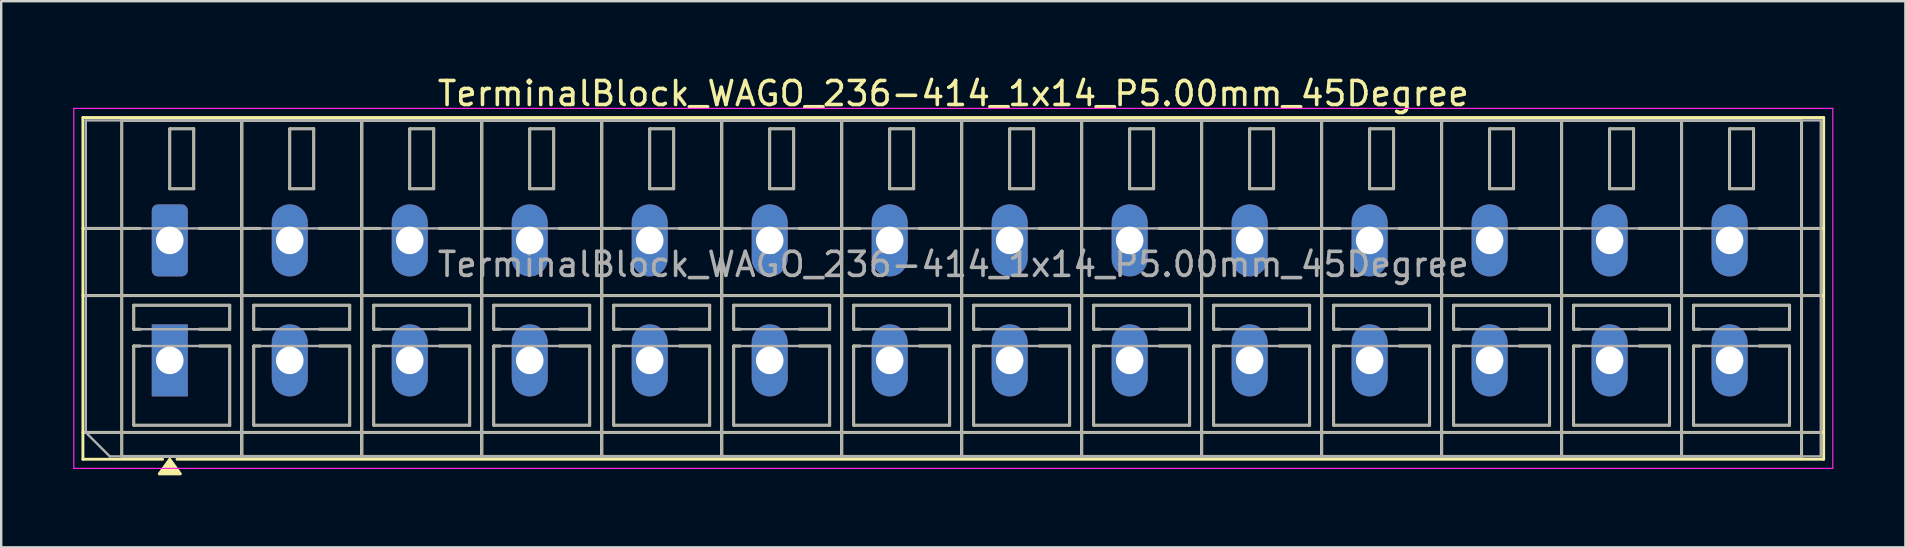
<source format=kicad_pcb>
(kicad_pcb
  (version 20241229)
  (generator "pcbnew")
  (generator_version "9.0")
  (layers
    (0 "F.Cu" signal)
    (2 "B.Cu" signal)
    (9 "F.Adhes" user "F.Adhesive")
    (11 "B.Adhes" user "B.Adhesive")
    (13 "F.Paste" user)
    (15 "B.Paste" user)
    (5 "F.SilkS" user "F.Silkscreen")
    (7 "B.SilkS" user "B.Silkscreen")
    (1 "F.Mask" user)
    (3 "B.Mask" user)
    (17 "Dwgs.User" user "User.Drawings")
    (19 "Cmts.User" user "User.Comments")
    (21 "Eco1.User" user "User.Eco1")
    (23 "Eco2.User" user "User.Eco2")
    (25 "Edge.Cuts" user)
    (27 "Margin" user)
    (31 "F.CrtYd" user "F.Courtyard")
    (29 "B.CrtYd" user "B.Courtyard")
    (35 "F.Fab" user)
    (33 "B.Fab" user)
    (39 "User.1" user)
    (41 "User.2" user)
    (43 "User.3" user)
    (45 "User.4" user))
  (footprint "TerminalBlock_WAGO_236-414_1x14_P5.00mm_45Degree"
    (layer "F.Cu")
    (at 4.025 6.968)
    (property "Reference" "TerminalBlock_WAGO_236-414_1x14_P5.00mm_45Degree" (at 32.65 -6.12 0) (layer "F.SilkS") (effects (font (size 1 1) (thickness 0.15))))
    (attr through_hole)
    (fp_line (start -3.62 -5.12) (end -3.62 9.12) (stroke (width 0.12) (type solid)) (layer "F.SilkS"))
    (fp_line (start -3.62 -5.12) (end 68.92 -5.12) (stroke (width 0.12) (type solid)) (layer "F.SilkS"))
    (fp_line (start -3.62 -0.5) (end -1.23 -0.5) (stroke (width 0.12) (type solid)) (layer "F.SilkS"))
    (fp_line (start -3.62 2.3) (end 68.92 2.3) (stroke (width 0.12) (type solid)) (layer "F.SilkS"))
    (fp_line (start -3.62 8) (end 68.92 8) (stroke (width 0.12) (type solid)) (layer "F.SilkS"))
    (fp_line (start -3.62 9.12) (end -0.3 9.12) (stroke (width 0.12) (type solid)) (layer "F.SilkS"))
    (fp_line (start -2 -5) (end -2 9) (stroke (width 0.12) (type solid)) (layer "F.SilkS"))
    (fp_line (start -2 -5) (end 3 -5) (stroke (width 0.12) (type solid)) (layer "F.SilkS"))
    (fp_line (start -2 9) (end 3 9) (stroke (width 0.12) (type solid)) (layer "F.SilkS"))
    (fp_line (start -1.5 2.7) (end -1.5 3.7) (stroke (width 0.12) (type solid)) (layer "F.SilkS"))
    (fp_line (start -1.5 2.7) (end 2.5 2.7) (stroke (width 0.12) (type solid)) (layer "F.SilkS"))
    (fp_line (start -1.5 3.7) (end -1.23 3.7) (stroke (width 0.12) (type solid)) (layer "F.SilkS"))
    (fp_line (start -1.5 4.4) (end -1.5 7.7) (stroke (width 0.12) (type solid)) (layer "F.SilkS"))
    (fp_line (start -1.5 4.4) (end -1.23 4.4) (stroke (width 0.12) (type solid)) (layer "F.SilkS"))
    (fp_line (start -1.5 7.7) (end 2.5 7.7) (stroke (width 0.12) (type solid)) (layer "F.SilkS"))
    (fp_line (start 0 -4.65) (end 0 -2.15) (stroke (width 0.12) (type solid)) (layer "F.SilkS"))
    (fp_line (start 0 -4.65) (end 1 -4.65) (stroke (width 0.12) (type solid)) (layer "F.SilkS"))
    (fp_line (start 0 -2.15) (end 1 -2.15) (stroke (width 0.12) (type solid)) (layer "F.SilkS"))
    (fp_line (start 0.3 9.12) (end 68.92 9.12) (stroke (width 0.12) (type solid)) (layer "F.SilkS"))
    (fp_line (start 1 -4.65) (end 1 -2.15) (stroke (width 0.12) (type solid)) (layer "F.SilkS"))
    (fp_line (start 1.23 -0.5) (end 3.77 -0.5) (stroke (width 0.12) (type solid)) (layer "F.SilkS"))
    (fp_line (start 1.23 3.7) (end 2.5 3.7) (stroke (width 0.12) (type solid)) (layer "F.SilkS"))
    (fp_line (start 1.23 4.4) (end 2.5 4.4) (stroke (width 0.12) (type solid)) (layer "F.SilkS"))
    (fp_line (start 2.5 2.7) (end 2.5 3.7) (stroke (width 0.12) (type solid)) (layer "F.SilkS"))
    (fp_line (start 2.5 4.4) (end 2.5 7.7) (stroke (width 0.12) (type solid)) (layer "F.SilkS"))
    (fp_line (start 3 -5) (end 3 9) (stroke (width 0.12) (type solid)) (layer "F.SilkS"))
    (fp_line (start 3 -5) (end 3 9) (stroke (width 0.12) (type solid)) (layer "F.SilkS"))
    (fp_line (start 3 -5) (end 8 -5) (stroke (width 0.12) (type solid)) (layer "F.SilkS"))
    (fp_line (start 3 9) (end 8 9) (stroke (width 0.12) (type solid)) (layer "F.SilkS"))
    (fp_line (start 3.5 2.7) (end 3.5 3.7) (stroke (width 0.12) (type solid)) (layer "F.SilkS"))
    (fp_line (start 3.5 2.7) (end 7.5 2.7) (stroke (width 0.12) (type solid)) (layer "F.SilkS"))
    (fp_line (start 3.5 3.7) (end 3.77 3.7) (stroke (width 0.12) (type solid)) (layer "F.SilkS"))
    (fp_line (start 3.5 4.4) (end 3.5 7.7) (stroke (width 0.12) (type solid)) (layer "F.SilkS"))
    (fp_line (start 3.5 4.4) (end 3.77 4.4) (stroke (width 0.12) (type solid)) (layer "F.SilkS"))
    (fp_line (start 3.5 7.7) (end 7.5 7.7) (stroke (width 0.12) (type solid)) (layer "F.SilkS"))
    (fp_line (start 5 -4.65) (end 5 -2.15) (stroke (width 0.12) (type solid)) (layer "F.SilkS"))
    (fp_line (start 5 -4.65) (end 6 -4.65) (stroke (width 0.12) (type solid)) (layer "F.SilkS"))
    (fp_line (start 5 -2.15) (end 6 -2.15) (stroke (width 0.12) (type solid)) (layer "F.SilkS"))
    (fp_line (start 6 -4.65) (end 6 -2.15) (stroke (width 0.12) (type solid)) (layer "F.SilkS"))
    (fp_line (start 6.23 -0.5) (end 8.77 -0.5) (stroke (width 0.12) (type solid)) (layer "F.SilkS"))
    (fp_line (start 6.23 3.7) (end 7.5 3.7) (stroke (width 0.12) (type solid)) (layer "F.SilkS"))
    (fp_line (start 6.23 4.4) (end 7.5 4.4) (stroke (width 0.12) (type solid)) (layer "F.SilkS"))
    (fp_line (start 7.5 2.7) (end 7.5 3.7) (stroke (width 0.12) (type solid)) (layer "F.SilkS"))
    (fp_line (start 7.5 4.4) (end 7.5 7.7) (stroke (width 0.12) (type solid)) (layer "F.SilkS"))
    (fp_line (start 8 -5) (end 8 9) (stroke (width 0.12) (type solid)) (layer "F.SilkS"))
    (fp_line (start 8 -5) (end 8 9) (stroke (width 0.12) (type solid)) (layer "F.SilkS"))
    (fp_line (start 8 -5) (end 13 -5) (stroke (width 0.12) (type solid)) (layer "F.SilkS"))
    (fp_line (start 8 9) (end 13 9) (stroke (width 0.12) (type solid)) (layer "F.SilkS"))
    (fp_line (start 8.5 2.7) (end 8.5 3.7) (stroke (width 0.12) (type solid)) (layer "F.SilkS"))
    (fp_line (start 8.5 2.7) (end 12.5 2.7) (stroke (width 0.12) (type solid)) (layer "F.SilkS"))
    (fp_line (start 8.5 3.7) (end 8.77 3.7) (stroke (width 0.12) (type solid)) (layer "F.SilkS"))
    (fp_line (start 8.5 4.4) (end 8.5 7.7) (stroke (width 0.12) (type solid)) (layer "F.SilkS"))
    (fp_line (start 8.5 4.4) (end 8.77 4.4) (stroke (width 0.12) (type solid)) (layer "F.SilkS"))
    (fp_line (start 8.5 7.7) (end 12.5 7.7) (stroke (width 0.12) (type solid)) (layer "F.SilkS"))
    (fp_line (start 10 -4.65) (end 10 -2.15) (stroke (width 0.12) (type solid)) (layer "F.SilkS"))
    (fp_line (start 10 -4.65) (end 11 -4.65) (stroke (width 0.12) (type solid)) (layer "F.SilkS"))
    (fp_line (start 10 -2.15) (end 11 -2.15) (stroke (width 0.12) (type solid)) (layer "F.SilkS"))
    (fp_line (start 11 -4.65) (end 11 -2.15) (stroke (width 0.12) (type solid)) (layer "F.SilkS"))
    (fp_line (start 11.23 -0.5) (end 13.77 -0.5) (stroke (width 0.12) (type solid)) (layer "F.SilkS"))
    (fp_line (start 11.23 3.7) (end 12.5 3.7) (stroke (width 0.12) (type solid)) (layer "F.SilkS"))
    (fp_line (start 11.23 4.4) (end 12.5 4.4) (stroke (width 0.12) (type solid)) (layer "F.SilkS"))
    (fp_line (start 12.5 2.7) (end 12.5 3.7) (stroke (width 0.12) (type solid)) (layer "F.SilkS"))
    (fp_line (start 12.5 4.4) (end 12.5 7.7) (stroke (width 0.12) (type solid)) (layer "F.SilkS"))
    (fp_line (start 13 -5) (end 13 9) (stroke (width 0.12) (type solid)) (layer "F.SilkS"))
    (fp_line (start 13 -5) (end 13 9) (stroke (width 0.12) (type solid)) (layer "F.SilkS"))
    (fp_line (start 13 -5) (end 18 -5) (stroke (width 0.12) (type solid)) (layer "F.SilkS"))
    (fp_line (start 13 9) (end 18 9) (stroke (width 0.12) (type solid)) (layer "F.SilkS"))
    (fp_line (start 13.5 2.7) (end 13.5 3.7) (stroke (width 0.12) (type solid)) (layer "F.SilkS"))
    (fp_line (start 13.5 2.7) (end 17.5 2.7) (stroke (width 0.12) (type solid)) (layer "F.SilkS"))
    (fp_line (start 13.5 3.7) (end 13.77 3.7) (stroke (width 0.12) (type solid)) (layer "F.SilkS"))
    (fp_line (start 13.5 4.4) (end 13.5 7.7) (stroke (width 0.12) (type solid)) (layer "F.SilkS"))
    (fp_line (start 13.5 4.4) (end 13.77 4.4) (stroke (width 0.12) (type solid)) (layer "F.SilkS"))
    (fp_line (start 13.5 7.7) (end 17.5 7.7) (stroke (width 0.12) (type solid)) (layer "F.SilkS"))
    (fp_line (start 15 -4.65) (end 15 -2.15) (stroke (width 0.12) (type solid)) (layer "F.SilkS"))
    (fp_line (start 15 -4.65) (end 16 -4.65) (stroke (width 0.12) (type solid)) (layer "F.SilkS"))
    (fp_line (start 15 -2.15) (end 16 -2.15) (stroke (width 0.12) (type solid)) (layer "F.SilkS"))
    (fp_line (start 16 -4.65) (end 16 -2.15) (stroke (width 0.12) (type solid)) (layer "F.SilkS"))
    (fp_line (start 16.23 -0.5) (end 18.77 -0.5) (stroke (width 0.12) (type solid)) (layer "F.SilkS"))
    (fp_line (start 16.23 3.7) (end 17.5 3.7) (stroke (width 0.12) (type solid)) (layer "F.SilkS"))
    (fp_line (start 16.23 4.4) (end 17.5 4.4) (stroke (width 0.12) (type solid)) (layer "F.SilkS"))
    (fp_line (start 17.5 2.7) (end 17.5 3.7) (stroke (width 0.12) (type solid)) (layer "F.SilkS"))
    (fp_line (start 17.5 4.4) (end 17.5 7.7) (stroke (width 0.12) (type solid)) (layer "F.SilkS"))
    (fp_line (start 18 -5) (end 18 9) (stroke (width 0.12) (type solid)) (layer "F.SilkS"))
    (fp_line (start 18 -5) (end 18 9) (stroke (width 0.12) (type solid)) (layer "F.SilkS"))
    (fp_line (start 18 -5) (end 23 -5) (stroke (width 0.12) (type solid)) (layer "F.SilkS"))
    (fp_line (start 18 9) (end 23 9) (stroke (width 0.12) (type solid)) (layer "F.SilkS"))
    (fp_line (start 18.5 2.7) (end 18.5 3.7) (stroke (width 0.12) (type solid)) (layer "F.SilkS"))
    (fp_line (start 18.5 2.7) (end 22.5 2.7) (stroke (width 0.12) (type solid)) (layer "F.SilkS"))
    (fp_line (start 18.5 3.7) (end 18.77 3.7) (stroke (width 0.12) (type solid)) (layer "F.SilkS"))
    (fp_line (start 18.5 4.4) (end 18.5 7.7) (stroke (width 0.12) (type solid)) (layer "F.SilkS"))
    (fp_line (start 18.5 4.4) (end 18.77 4.4) (stroke (width 0.12) (type solid)) (layer "F.SilkS"))
    (fp_line (start 18.5 7.7) (end 22.5 7.7) (stroke (width 0.12) (type solid)) (layer "F.SilkS"))
    (fp_line (start 20 -4.65) (end 20 -2.15) (stroke (width 0.12) (type solid)) (layer "F.SilkS"))
    (fp_line (start 20 -4.65) (end 21 -4.65) (stroke (width 0.12) (type solid)) (layer "F.SilkS"))
    (fp_line (start 20 -2.15) (end 21 -2.15) (stroke (width 0.12) (type solid)) (layer "F.SilkS"))
    (fp_line (start 21 -4.65) (end 21 -2.15) (stroke (width 0.12) (type solid)) (layer "F.SilkS"))
    (fp_line (start 21.23 -0.5) (end 23.77 -0.5) (stroke (width 0.12) (type solid)) (layer "F.SilkS"))
    (fp_line (start 21.23 3.7) (end 22.5 3.7) (stroke (width 0.12) (type solid)) (layer "F.SilkS"))
    (fp_line (start 21.23 4.4) (end 22.5 4.4) (stroke (width 0.12) (type solid)) (layer "F.SilkS"))
    (fp_line (start 22.5 2.7) (end 22.5 3.7) (stroke (width 0.12) (type solid)) (layer "F.SilkS"))
    (fp_line (start 22.5 4.4) (end 22.5 7.7) (stroke (width 0.12) (type solid)) (layer "F.SilkS"))
    (fp_line (start 23 -5) (end 23 9) (stroke (width 0.12) (type solid)) (layer "F.SilkS"))
    (fp_line (start 23 -5) (end 23 9) (stroke (width 0.12) (type solid)) (layer "F.SilkS"))
    (fp_line (start 23 -5) (end 28 -5) (stroke (width 0.12) (type solid)) (layer "F.SilkS"))
    (fp_line (start 23 9) (end 28 9) (stroke (width 0.12) (type solid)) (layer "F.SilkS"))
    (fp_line (start 23.5 2.7) (end 23.5 3.7) (stroke (width 0.12) (type solid)) (layer "F.SilkS"))
    (fp_line (start 23.5 2.7) (end 27.5 2.7) (stroke (width 0.12) (type solid)) (layer "F.SilkS"))
    (fp_line (start 23.5 3.7) (end 23.77 3.7) (stroke (width 0.12) (type solid)) (layer "F.SilkS"))
    (fp_line (start 23.5 4.4) (end 23.5 7.7) (stroke (width 0.12) (type solid)) (layer "F.SilkS"))
    (fp_line (start 23.5 4.4) (end 23.77 4.4) (stroke (width 0.12) (type solid)) (layer "F.SilkS"))
    (fp_line (start 23.5 7.7) (end 27.5 7.7) (stroke (width 0.12) (type solid)) (layer "F.SilkS"))
    (fp_line (start 25 -4.65) (end 25 -2.15) (stroke (width 0.12) (type solid)) (layer "F.SilkS"))
    (fp_line (start 25 -4.65) (end 26 -4.65) (stroke (width 0.12) (type solid)) (layer "F.SilkS"))
    (fp_line (start 25 -2.15) (end 26 -2.15) (stroke (width 0.12) (type solid)) (layer "F.SilkS"))
    (fp_line (start 26 -4.65) (end 26 -2.15) (stroke (width 0.12) (type solid)) (layer "F.SilkS"))
    (fp_line (start 26.23 -0.5) (end 28.77 -0.5) (stroke (width 0.12) (type solid)) (layer "F.SilkS"))
    (fp_line (start 26.23 3.7) (end 27.5 3.7) (stroke (width 0.12) (type solid)) (layer "F.SilkS"))
    (fp_line (start 26.23 4.4) (end 27.5 4.4) (stroke (width 0.12) (type solid)) (layer "F.SilkS"))
    (fp_line (start 27.5 2.7) (end 27.5 3.7) (stroke (width 0.12) (type solid)) (layer "F.SilkS"))
    (fp_line (start 27.5 4.4) (end 27.5 7.7) (stroke (width 0.12) (type solid)) (layer "F.SilkS"))
    (fp_line (start 28 -5) (end 28 9) (stroke (width 0.12) (type solid)) (layer "F.SilkS"))
    (fp_line (start 28 -5) (end 28 9) (stroke (width 0.12) (type solid)) (layer "F.SilkS"))
    (fp_line (start 28 -5) (end 33 -5) (stroke (width 0.12) (type solid)) (layer "F.SilkS"))
    (fp_line (start 28 9) (end 33 9) (stroke (width 0.12) (type solid)) (layer "F.SilkS"))
    (fp_line (start 28.5 2.7) (end 28.5 3.7) (stroke (width 0.12) (type solid)) (layer "F.SilkS"))
    (fp_line (start 28.5 2.7) (end 32.5 2.7) (stroke (width 0.12) (type solid)) (layer "F.SilkS"))
    (fp_line (start 28.5 3.7) (end 28.77 3.7) (stroke (width 0.12) (type solid)) (layer "F.SilkS"))
    (fp_line (start 28.5 4.4) (end 28.5 7.7) (stroke (width 0.12) (type solid)) (layer "F.SilkS"))
    (fp_line (start 28.5 4.4) (end 28.77 4.4) (stroke (width 0.12) (type solid)) (layer "F.SilkS"))
    (fp_line (start 28.5 7.7) (end 32.5 7.7) (stroke (width 0.12) (type solid)) (layer "F.SilkS"))
    (fp_line (start 30 -4.65) (end 30 -2.15) (stroke (width 0.12) (type solid)) (layer "F.SilkS"))
    (fp_line (start 30 -4.65) (end 31 -4.65) (stroke (width 0.12) (type solid)) (layer "F.SilkS"))
    (fp_line (start 30 -2.15) (end 31 -2.15) (stroke (width 0.12) (type solid)) (layer "F.SilkS"))
    (fp_line (start 31 -4.65) (end 31 -2.15) (stroke (width 0.12) (type solid)) (layer "F.SilkS"))
    (fp_line (start 31.23 -0.5) (end 33.77 -0.5) (stroke (width 0.12) (type solid)) (layer "F.SilkS"))
    (fp_line (start 31.23 3.7) (end 32.5 3.7) (stroke (width 0.12) (type solid)) (layer "F.SilkS"))
    (fp_line (start 31.23 4.4) (end 32.5 4.4) (stroke (width 0.12) (type solid)) (layer "F.SilkS"))
    (fp_line (start 32.5 2.7) (end 32.5 3.7) (stroke (width 0.12) (type solid)) (layer "F.SilkS"))
    (fp_line (start 32.5 4.4) (end 32.5 7.7) (stroke (width 0.12) (type solid)) (layer "F.SilkS"))
    (fp_line (start 33 -5) (end 33 9) (stroke (width 0.12) (type solid)) (layer "F.SilkS"))
    (fp_line (start 33 -5) (end 33 9) (stroke (width 0.12) (type solid)) (layer "F.SilkS"))
    (fp_line (start 33 -5) (end 38 -5) (stroke (width 0.12) (type solid)) (layer "F.SilkS"))
    (fp_line (start 33 9) (end 38 9) (stroke (width 0.12) (type solid)) (layer "F.SilkS"))
    (fp_line (start 33.5 2.7) (end 33.5 3.7) (stroke (width 0.12) (type solid)) (layer "F.SilkS"))
    (fp_line (start 33.5 2.7) (end 37.5 2.7) (stroke (width 0.12) (type solid)) (layer "F.SilkS"))
    (fp_line (start 33.5 3.7) (end 33.77 3.7) (stroke (width 0.12) (type solid)) (layer "F.SilkS"))
    (fp_line (start 33.5 4.4) (end 33.5 7.7) (stroke (width 0.12) (type solid)) (layer "F.SilkS"))
    (fp_line (start 33.5 4.4) (end 33.77 4.4) (stroke (width 0.12) (type solid)) (layer "F.SilkS"))
    (fp_line (start 33.5 7.7) (end 37.5 7.7) (stroke (width 0.12) (type solid)) (layer "F.SilkS"))
    (fp_line (start 35 -4.65) (end 35 -2.15) (stroke (width 0.12) (type solid)) (layer "F.SilkS"))
    (fp_line (start 35 -4.65) (end 36 -4.65) (stroke (width 0.12) (type solid)) (layer "F.SilkS"))
    (fp_line (start 35 -2.15) (end 36 -2.15) (stroke (width 0.12) (type solid)) (layer "F.SilkS"))
    (fp_line (start 36 -4.65) (end 36 -2.15) (stroke (width 0.12) (type solid)) (layer "F.SilkS"))
    (fp_line (start 36.23 -0.5) (end 38.77 -0.5) (stroke (width 0.12) (type solid)) (layer "F.SilkS"))
    (fp_line (start 36.23 3.7) (end 37.5 3.7) (stroke (width 0.12) (type solid)) (layer "F.SilkS"))
    (fp_line (start 36.23 4.4) (end 37.5 4.4) (stroke (width 0.12) (type solid)) (layer "F.SilkS"))
    (fp_line (start 37.5 2.7) (end 37.5 3.7) (stroke (width 0.12) (type solid)) (layer "F.SilkS"))
    (fp_line (start 37.5 4.4) (end 37.5 7.7) (stroke (width 0.12) (type solid)) (layer "F.SilkS"))
    (fp_line (start 38 -5) (end 38 9) (stroke (width 0.12) (type solid)) (layer "F.SilkS"))
    (fp_line (start 38 -5) (end 38 9) (stroke (width 0.12) (type solid)) (layer "F.SilkS"))
    (fp_line (start 38 -5) (end 43 -5) (stroke (width 0.12) (type solid)) (layer "F.SilkS"))
    (fp_line (start 38 9) (end 43 9) (stroke (width 0.12) (type solid)) (layer "F.SilkS"))
    (fp_line (start 38.5 2.7) (end 38.5 3.7) (stroke (width 0.12) (type solid)) (layer "F.SilkS"))
    (fp_line (start 38.5 2.7) (end 42.5 2.7) (stroke (width 0.12) (type solid)) (layer "F.SilkS"))
    (fp_line (start 38.5 3.7) (end 38.77 3.7) (stroke (width 0.12) (type solid)) (layer "F.SilkS"))
    (fp_line (start 38.5 4.4) (end 38.5 7.7) (stroke (width 0.12) (type solid)) (layer "F.SilkS"))
    (fp_line (start 38.5 4.4) (end 38.77 4.4) (stroke (width 0.12) (type solid)) (layer "F.SilkS"))
    (fp_line (start 38.5 7.7) (end 42.5 7.7) (stroke (width 0.12) (type solid)) (layer "F.SilkS"))
    (fp_line (start 40 -4.65) (end 40 -2.15) (stroke (width 0.12) (type solid)) (layer "F.SilkS"))
    (fp_line (start 40 -4.65) (end 41 -4.65) (stroke (width 0.12) (type solid)) (layer "F.SilkS"))
    (fp_line (start 40 -2.15) (end 41 -2.15) (stroke (width 0.12) (type solid)) (layer "F.SilkS"))
    (fp_line (start 41 -4.65) (end 41 -2.15) (stroke (width 0.12) (type solid)) (layer "F.SilkS"))
    (fp_line (start 41.23 -0.5) (end 43.77 -0.5) (stroke (width 0.12) (type solid)) (layer "F.SilkS"))
    (fp_line (start 41.23 3.7) (end 42.5 3.7) (stroke (width 0.12) (type solid)) (layer "F.SilkS"))
    (fp_line (start 41.23 4.4) (end 42.5 4.4) (stroke (width 0.12) (type solid)) (layer "F.SilkS"))
    (fp_line (start 42.5 2.7) (end 42.5 3.7) (stroke (width 0.12) (type solid)) (layer "F.SilkS"))
    (fp_line (start 42.5 4.4) (end 42.5 7.7) (stroke (width 0.12) (type solid)) (layer "F.SilkS"))
    (fp_line (start 43 -5) (end 43 9) (stroke (width 0.12) (type solid)) (layer "F.SilkS"))
    (fp_line (start 43 -5) (end 43 9) (stroke (width 0.12) (type solid)) (layer "F.SilkS"))
    (fp_line (start 43 -5) (end 48 -5) (stroke (width 0.12) (type solid)) (layer "F.SilkS"))
    (fp_line (start 43 9) (end 48 9) (stroke (width 0.12) (type solid)) (layer "F.SilkS"))
    (fp_line (start 43.5 2.7) (end 43.5 3.7) (stroke (width 0.12) (type solid)) (layer "F.SilkS"))
    (fp_line (start 43.5 2.7) (end 47.5 2.7) (stroke (width 0.12) (type solid)) (layer "F.SilkS"))
    (fp_line (start 43.5 3.7) (end 43.77 3.7) (stroke (width 0.12) (type solid)) (layer "F.SilkS"))
    (fp_line (start 43.5 4.4) (end 43.5 7.7) (stroke (width 0.12) (type solid)) (layer "F.SilkS"))
    (fp_line (start 43.5 4.4) (end 43.77 4.4) (stroke (width 0.12) (type solid)) (layer "F.SilkS"))
    (fp_line (start 43.5 7.7) (end 47.5 7.7) (stroke (width 0.12) (type solid)) (layer "F.SilkS"))
    (fp_line (start 45 -4.65) (end 45 -2.15) (stroke (width 0.12) (type solid)) (layer "F.SilkS"))
    (fp_line (start 45 -4.65) (end 46 -4.65) (stroke (width 0.12) (type solid)) (layer "F.SilkS"))
    (fp_line (start 45 -2.15) (end 46 -2.15) (stroke (width 0.12) (type solid)) (layer "F.SilkS"))
    (fp_line (start 46 -4.65) (end 46 -2.15) (stroke (width 0.12) (type solid)) (layer "F.SilkS"))
    (fp_line (start 46.23 -0.5) (end 48.77 -0.5) (stroke (width 0.12) (type solid)) (layer "F.SilkS"))
    (fp_line (start 46.23 3.7) (end 47.5 3.7) (stroke (width 0.12) (type solid)) (layer "F.SilkS"))
    (fp_line (start 46.23 4.4) (end 47.5 4.4) (stroke (width 0.12) (type solid)) (layer "F.SilkS"))
    (fp_line (start 47.5 2.7) (end 47.5 3.7) (stroke (width 0.12) (type solid)) (layer "F.SilkS"))
    (fp_line (start 47.5 4.4) (end 47.5 7.7) (stroke (width 0.12) (type solid)) (layer "F.SilkS"))
    (fp_line (start 48 -5) (end 48 9) (stroke (width 0.12) (type solid)) (layer "F.SilkS"))
    (fp_line (start 48 -5) (end 48 9) (stroke (width 0.12) (type solid)) (layer "F.SilkS"))
    (fp_line (start 48 -5) (end 53 -5) (stroke (width 0.12) (type solid)) (layer "F.SilkS"))
    (fp_line (start 48 9) (end 53 9) (stroke (width 0.12) (type solid)) (layer "F.SilkS"))
    (fp_line (start 48.5 2.7) (end 48.5 3.7) (stroke (width 0.12) (type solid)) (layer "F.SilkS"))
    (fp_line (start 48.5 2.7) (end 52.5 2.7) (stroke (width 0.12) (type solid)) (layer "F.SilkS"))
    (fp_line (start 48.5 3.7) (end 48.77 3.7) (stroke (width 0.12) (type solid)) (layer "F.SilkS"))
    (fp_line (start 48.5 4.4) (end 48.5 7.7) (stroke (width 0.12) (type solid)) (layer "F.SilkS"))
    (fp_line (start 48.5 4.4) (end 48.77 4.4) (stroke (width 0.12) (type solid)) (layer "F.SilkS"))
    (fp_line (start 48.5 7.7) (end 52.5 7.7) (stroke (width 0.12) (type solid)) (layer "F.SilkS"))
    (fp_line (start 50 -4.65) (end 50 -2.15) (stroke (width 0.12) (type solid)) (layer "F.SilkS"))
    (fp_line (start 50 -4.65) (end 51 -4.65) (stroke (width 0.12) (type solid)) (layer "F.SilkS"))
    (fp_line (start 50 -2.15) (end 51 -2.15) (stroke (width 0.12) (type solid)) (layer "F.SilkS"))
    (fp_line (start 51 -4.65) (end 51 -2.15) (stroke (width 0.12) (type solid)) (layer "F.SilkS"))
    (fp_line (start 51.23 -0.5) (end 53.77 -0.5) (stroke (width 0.12) (type solid)) (layer "F.SilkS"))
    (fp_line (start 51.23 3.7) (end 52.5 3.7) (stroke (width 0.12) (type solid)) (layer "F.SilkS"))
    (fp_line (start 51.23 4.4) (end 52.5 4.4) (stroke (width 0.12) (type solid)) (layer "F.SilkS"))
    (fp_line (start 52.5 2.7) (end 52.5 3.7) (stroke (width 0.12) (type solid)) (layer "F.SilkS"))
    (fp_line (start 52.5 4.4) (end 52.5 7.7) (stroke (width 0.12) (type solid)) (layer "F.SilkS"))
    (fp_line (start 53 -5) (end 53 9) (stroke (width 0.12) (type solid)) (layer "F.SilkS"))
    (fp_line (start 53 -5) (end 53 9) (stroke (width 0.12) (type solid)) (layer "F.SilkS"))
    (fp_line (start 53 -5) (end 58 -5) (stroke (width 0.12) (type solid)) (layer "F.SilkS"))
    (fp_line (start 53 9) (end 58 9) (stroke (width 0.12) (type solid)) (layer "F.SilkS"))
    (fp_line (start 53.5 2.7) (end 53.5 3.7) (stroke (width 0.12) (type solid)) (layer "F.SilkS"))
    (fp_line (start 53.5 2.7) (end 57.5 2.7) (stroke (width 0.12) (type solid)) (layer "F.SilkS"))
    (fp_line (start 53.5 3.7) (end 53.77 3.7) (stroke (width 0.12) (type solid)) (layer "F.SilkS"))
    (fp_line (start 53.5 4.4) (end 53.5 7.7) (stroke (width 0.12) (type solid)) (layer "F.SilkS"))
    (fp_line (start 53.5 4.4) (end 53.77 4.4) (stroke (width 0.12) (type solid)) (layer "F.SilkS"))
    (fp_line (start 53.5 7.7) (end 57.5 7.7) (stroke (width 0.12) (type solid)) (layer "F.SilkS"))
    (fp_line (start 55 -4.65) (end 55 -2.15) (stroke (width 0.12) (type solid)) (layer "F.SilkS"))
    (fp_line (start 55 -4.65) (end 56 -4.65) (stroke (width 0.12) (type solid)) (layer "F.SilkS"))
    (fp_line (start 55 -2.15) (end 56 -2.15) (stroke (width 0.12) (type solid)) (layer "F.SilkS"))
    (fp_line (start 56 -4.65) (end 56 -2.15) (stroke (width 0.12) (type solid)) (layer "F.SilkS"))
    (fp_line (start 56.23 -0.5) (end 58.77 -0.5) (stroke (width 0.12) (type solid)) (layer "F.SilkS"))
    (fp_line (start 56.23 3.7) (end 57.5 3.7) (stroke (width 0.12) (type solid)) (layer "F.SilkS"))
    (fp_line (start 56.23 4.4) (end 57.5 4.4) (stroke (width 0.12) (type solid)) (layer "F.SilkS"))
    (fp_line (start 57.5 2.7) (end 57.5 3.7) (stroke (width 0.12) (type solid)) (layer "F.SilkS"))
    (fp_line (start 57.5 4.4) (end 57.5 7.7) (stroke (width 0.12) (type solid)) (layer "F.SilkS"))
    (fp_line (start 58 -5) (end 58 9) (stroke (width 0.12) (type solid)) (layer "F.SilkS"))
    (fp_line (start 58 -5) (end 58 9) (stroke (width 0.12) (type solid)) (layer "F.SilkS"))
    (fp_line (start 58 -5) (end 63 -5) (stroke (width 0.12) (type solid)) (layer "F.SilkS"))
    (fp_line (start 58 9) (end 63 9) (stroke (width 0.12) (type solid)) (layer "F.SilkS"))
    (fp_line (start 58.5 2.7) (end 58.5 3.7) (stroke (width 0.12) (type solid)) (layer "F.SilkS"))
    (fp_line (start 58.5 2.7) (end 62.5 2.7) (stroke (width 0.12) (type solid)) (layer "F.SilkS"))
    (fp_line (start 58.5 3.7) (end 58.77 3.7) (stroke (width 0.12) (type solid)) (layer "F.SilkS"))
    (fp_line (start 58.5 4.4) (end 58.5 7.7) (stroke (width 0.12) (type solid)) (layer "F.SilkS"))
    (fp_line (start 58.5 4.4) (end 58.77 4.4) (stroke (width 0.12) (type solid)) (layer "F.SilkS"))
    (fp_line (start 58.5 7.7) (end 62.5 7.7) (stroke (width 0.12) (type solid)) (layer "F.SilkS"))
    (fp_line (start 60 -4.65) (end 60 -2.15) (stroke (width 0.12) (type solid)) (layer "F.SilkS"))
    (fp_line (start 60 -4.65) (end 61 -4.65) (stroke (width 0.12) (type solid)) (layer "F.SilkS"))
    (fp_line (start 60 -2.15) (end 61 -2.15) (stroke (width 0.12) (type solid)) (layer "F.SilkS"))
    (fp_line (start 61 -4.65) (end 61 -2.15) (stroke (width 0.12) (type solid)) (layer "F.SilkS"))
    (fp_line (start 61.23 -0.5) (end 63.77 -0.5) (stroke (width 0.12) (type solid)) (layer "F.SilkS"))
    (fp_line (start 61.23 3.7) (end 62.5 3.7) (stroke (width 0.12) (type solid)) (layer "F.SilkS"))
    (fp_line (start 61.23 4.4) (end 62.5 4.4) (stroke (width 0.12) (type solid)) (layer "F.SilkS"))
    (fp_line (start 62.5 2.7) (end 62.5 3.7) (stroke (width 0.12) (type solid)) (layer "F.SilkS"))
    (fp_line (start 62.5 4.4) (end 62.5 7.7) (stroke (width 0.12) (type solid)) (layer "F.SilkS"))
    (fp_line (start 63 -5) (end 63 9) (stroke (width 0.12) (type solid)) (layer "F.SilkS"))
    (fp_line (start 63 -5) (end 63 9) (stroke (width 0.12) (type solid)) (layer "F.SilkS"))
    (fp_line (start 63 -5) (end 68 -5) (stroke (width 0.12) (type solid)) (layer "F.SilkS"))
    (fp_line (start 63 9) (end 68 9) (stroke (width 0.12) (type solid)) (layer "F.SilkS"))
    (fp_line (start 63.5 2.7) (end 63.5 3.7) (stroke (width 0.12) (type solid)) (layer "F.SilkS"))
    (fp_line (start 63.5 2.7) (end 67.5 2.7) (stroke (width 0.12) (type solid)) (layer "F.SilkS"))
    (fp_line (start 63.5 3.7) (end 63.77 3.7) (stroke (width 0.12) (type solid)) (layer "F.SilkS"))
    (fp_line (start 63.5 4.4) (end 63.5 7.7) (stroke (width 0.12) (type solid)) (layer "F.SilkS"))
    (fp_line (start 63.5 4.4) (end 63.77 4.4) (stroke (width 0.12) (type solid)) (layer "F.SilkS"))
    (fp_line (start 63.5 7.7) (end 67.5 7.7) (stroke (width 0.12) (type solid)) (layer "F.SilkS"))
    (fp_line (start 65 -4.65) (end 65 -2.15) (stroke (width 0.12) (type solid)) (layer "F.SilkS"))
    (fp_line (start 65 -4.65) (end 66 -4.65) (stroke (width 0.12) (type solid)) (layer "F.SilkS"))
    (fp_line (start 65 -2.15) (end 66 -2.15) (stroke (width 0.12) (type solid)) (layer "F.SilkS"))
    (fp_line (start 66 -4.65) (end 66 -2.15) (stroke (width 0.12) (type solid)) (layer "F.SilkS"))
    (fp_line (start 66.23 -0.5) (end 68.92 -0.5) (stroke (width 0.12) (type solid)) (layer "F.SilkS"))
    (fp_line (start 66.23 3.7) (end 67.5 3.7) (stroke (width 0.12) (type solid)) (layer "F.SilkS"))
    (fp_line (start 66.23 4.4) (end 67.5 4.4) (stroke (width 0.12) (type solid)) (layer "F.SilkS"))
    (fp_line (start 67.5 2.7) (end 67.5 3.7) (stroke (width 0.12) (type solid)) (layer "F.SilkS"))
    (fp_line (start 67.5 4.4) (end 67.5 7.7) (stroke (width 0.12) (type solid)) (layer "F.SilkS"))
    (fp_line (start 68 -5) (end 68 9) (stroke (width 0.12) (type solid)) (layer "F.SilkS"))
    (fp_line (start 68.92 -5.12) (end 68.92 9.12) (stroke (width 0.12) (type solid)) (layer "F.SilkS"))
    (fp_poly (pts (xy 0 9.12) (xy 0.44 9.73) (xy -0.44 9.73)) (stroke (width 0.12) (type solid)) (fill yes) (layer "F.SilkS"))
    (fp_line (start -4 -5.5) (end -4 9.5) (stroke (width 0.05) (type solid)) (layer "F.CrtYd"))
    (fp_line (start -4 9.5) (end 69.3 9.5) (stroke (width 0.05) (type solid)) (layer "F.CrtYd"))
    (fp_line (start 69.3 -5.5) (end -4 -5.5) (stroke (width 0.05) (type solid)) (layer "F.CrtYd"))
    (fp_line (start 69.3 9.5) (end 69.3 -5.5) (stroke (width 0.05) (type solid)) (layer "F.CrtYd"))
    (fp_line (start -3.5 -5) (end 68.8 -5) (stroke (width 0.1) (type solid)) (layer "F.Fab"))
    (fp_line (start -3.5 -0.5) (end 68.8 -0.5) (stroke (width 0.1) (type solid)) (layer "F.Fab"))
    (fp_line (start -3.5 2.3) (end 68.8 2.3) (stroke (width 0.1) (type solid)) (layer "F.Fab"))
    (fp_line (start -3.5 8) (end -3.5 -5) (stroke (width 0.1) (type solid)) (layer "F.Fab"))
    (fp_line (start -3.5 8) (end 68.8 8) (stroke (width 0.1) (type solid)) (layer "F.Fab"))
    (fp_line (start -2.5 9) (end -3.5 8) (stroke (width 0.1) (type solid)) (layer "F.Fab"))
    (fp_line (start -2 -5) (end -2 9) (stroke (width 0.1) (type solid)) (layer "F.Fab"))
    (fp_line (start -2 9) (end 3 9) (stroke (width 0.1) (type solid)) (layer "F.Fab"))
    (fp_line (start -1.5 2.7) (end -1.5 3.7) (stroke (width 0.1) (type solid)) (layer "F.Fab"))
    (fp_line (start -1.5 3.7) (end 2.5 3.7) (stroke (width 0.1) (type solid)) (layer "F.Fab"))
    (fp_line (start -1.5 4.4) (end -1.5 7.7) (stroke (width 0.1) (type solid)) (layer "F.Fab"))
    (fp_line (start -1.5 7.7) (end 2.5 7.7) (stroke (width 0.1) (type solid)) (layer "F.Fab"))
    (fp_line (start 0 -4.65) (end 0 -2.15) (stroke (width 0.1) (type solid)) (layer "F.Fab"))
    (fp_line (start 0 -2.15) (end 1 -2.15) (stroke (width 0.1) (type solid)) (layer "F.Fab"))
    (fp_line (start 1 -4.65) (end 0 -4.65) (stroke (width 0.1) (type solid)) (layer "F.Fab"))
    (fp_line (start 1 -2.15) (end 1 -4.65) (stroke (width 0.1) (type solid)) (layer "F.Fab"))
    (fp_line (start 2.5 2.7) (end -1.5 2.7) (stroke (width 0.1) (type solid)) (layer "F.Fab"))
    (fp_line (start 2.5 3.7) (end 2.5 2.7) (stroke (width 0.1) (type solid)) (layer "F.Fab"))
    (fp_line (start 2.5 4.4) (end -1.5 4.4) (stroke (width 0.1) (type solid)) (layer "F.Fab"))
    (fp_line (start 2.5 7.7) (end 2.5 4.4) (stroke (width 0.1) (type solid)) (layer "F.Fab"))
    (fp_line (start 3 -5) (end -2 -5) (stroke (width 0.1) (type solid)) (layer "F.Fab"))
    (fp_line (start 3 -5) (end 3 9) (stroke (width 0.1) (type solid)) (layer "F.Fab"))
    (fp_line (start 3 9) (end 3 -5) (stroke (width 0.1) (type solid)) (layer "F.Fab"))
    (fp_line (start 3 9) (end 8 9) (stroke (width 0.1) (type solid)) (layer "F.Fab"))
    (fp_line (start 3.5 2.7) (end 3.5 3.7) (stroke (width 0.1) (type solid)) (layer "F.Fab"))
    (fp_line (start 3.5 3.7) (end 7.5 3.7) (stroke (width 0.1) (type solid)) (layer "F.Fab"))
    (fp_line (start 3.5 4.4) (end 3.5 7.7) (stroke (width 0.1) (type solid)) (layer "F.Fab"))
    (fp_line (start 3.5 7.7) (end 7.5 7.7) (stroke (width 0.1) (type solid)) (layer "F.Fab"))
    (fp_line (start 5 -4.65) (end 5 -2.15) (stroke (width 0.1) (type solid)) (layer "F.Fab"))
    (fp_line (start 5 -2.15) (end 6 -2.15) (stroke (width 0.1) (type solid)) (layer "F.Fab"))
    (fp_line (start 6 -4.65) (end 5 -4.65) (stroke (width 0.1) (type solid)) (layer "F.Fab"))
    (fp_line (start 6 -2.15) (end 6 -4.65) (stroke (width 0.1) (type solid)) (layer "F.Fab"))
    (fp_line (start 7.5 2.7) (end 3.5 2.7) (stroke (width 0.1) (type solid)) (layer "F.Fab"))
    (fp_line (start 7.5 3.7) (end 7.5 2.7) (stroke (width 0.1) (type solid)) (layer "F.Fab"))
    (fp_line (start 7.5 4.4) (end 3.5 4.4) (stroke (width 0.1) (type solid)) (layer "F.Fab"))
    (fp_line (start 7.5 7.7) (end 7.5 4.4) (stroke (width 0.1) (type solid)) (layer "F.Fab"))
    (fp_line (start 8 -5) (end 3 -5) (stroke (width 0.1) (type solid)) (layer "F.Fab"))
    (fp_line (start 8 -5) (end 8 9) (stroke (width 0.1) (type solid)) (layer "F.Fab"))
    (fp_line (start 8 9) (end 8 -5) (stroke (width 0.1) (type solid)) (layer "F.Fab"))
    (fp_line (start 8 9) (end 13 9) (stroke (width 0.1) (type solid)) (layer "F.Fab"))
    (fp_line (start 8.5 2.7) (end 8.5 3.7) (stroke (width 0.1) (type solid)) (layer "F.Fab"))
    (fp_line (start 8.5 3.7) (end 12.5 3.7) (stroke (width 0.1) (type solid)) (layer "F.Fab"))
    (fp_line (start 8.5 4.4) (end 8.5 7.7) (stroke (width 0.1) (type solid)) (layer "F.Fab"))
    (fp_line (start 8.5 7.7) (end 12.5 7.7) (stroke (width 0.1) (type solid)) (layer "F.Fab"))
    (fp_line (start 10 -4.65) (end 10 -2.15) (stroke (width 0.1) (type solid)) (layer "F.Fab"))
    (fp_line (start 10 -2.15) (end 11 -2.15) (stroke (width 0.1) (type solid)) (layer "F.Fab"))
    (fp_line (start 11 -4.65) (end 10 -4.65) (stroke (width 0.1) (type solid)) (layer "F.Fab"))
    (fp_line (start 11 -2.15) (end 11 -4.65) (stroke (width 0.1) (type solid)) (layer "F.Fab"))
    (fp_line (start 12.5 2.7) (end 8.5 2.7) (stroke (width 0.1) (type solid)) (layer "F.Fab"))
    (fp_line (start 12.5 3.7) (end 12.5 2.7) (stroke (width 0.1) (type solid)) (layer "F.Fab"))
    (fp_line (start 12.5 4.4) (end 8.5 4.4) (stroke (width 0.1) (type solid)) (layer "F.Fab"))
    (fp_line (start 12.5 7.7) (end 12.5 4.4) (stroke (width 0.1) (type solid)) (layer "F.Fab"))
    (fp_line (start 13 -5) (end 8 -5) (stroke (width 0.1) (type solid)) (layer "F.Fab"))
    (fp_line (start 13 -5) (end 13 9) (stroke (width 0.1) (type solid)) (layer "F.Fab"))
    (fp_line (start 13 9) (end 13 -5) (stroke (width 0.1) (type solid)) (layer "F.Fab"))
    (fp_line (start 13 9) (end 18 9) (stroke (width 0.1) (type solid)) (layer "F.Fab"))
    (fp_line (start 13.5 2.7) (end 13.5 3.7) (stroke (width 0.1) (type solid)) (layer "F.Fab"))
    (fp_line (start 13.5 3.7) (end 17.5 3.7) (stroke (width 0.1) (type solid)) (layer "F.Fab"))
    (fp_line (start 13.5 4.4) (end 13.5 7.7) (stroke (width 0.1) (type solid)) (layer "F.Fab"))
    (fp_line (start 13.5 7.7) (end 17.5 7.7) (stroke (width 0.1) (type solid)) (layer "F.Fab"))
    (fp_line (start 15 -4.65) (end 15 -2.15) (stroke (width 0.1) (type solid)) (layer "F.Fab"))
    (fp_line (start 15 -2.15) (end 16 -2.15) (stroke (width 0.1) (type solid)) (layer "F.Fab"))
    (fp_line (start 16 -4.65) (end 15 -4.65) (stroke (width 0.1) (type solid)) (layer "F.Fab"))
    (fp_line (start 16 -2.15) (end 16 -4.65) (stroke (width 0.1) (type solid)) (layer "F.Fab"))
    (fp_line (start 17.5 2.7) (end 13.5 2.7) (stroke (width 0.1) (type solid)) (layer "F.Fab"))
    (fp_line (start 17.5 3.7) (end 17.5 2.7) (stroke (width 0.1) (type solid)) (layer "F.Fab"))
    (fp_line (start 17.5 4.4) (end 13.5 4.4) (stroke (width 0.1) (type solid)) (layer "F.Fab"))
    (fp_line (start 17.5 7.7) (end 17.5 4.4) (stroke (width 0.1) (type solid)) (layer "F.Fab"))
    (fp_line (start 18 -5) (end 13 -5) (stroke (width 0.1) (type solid)) (layer "F.Fab"))
    (fp_line (start 18 -5) (end 18 9) (stroke (width 0.1) (type solid)) (layer "F.Fab"))
    (fp_line (start 18 9) (end 18 -5) (stroke (width 0.1) (type solid)) (layer "F.Fab"))
    (fp_line (start 18 9) (end 23 9) (stroke (width 0.1) (type solid)) (layer "F.Fab"))
    (fp_line (start 18.5 2.7) (end 18.5 3.7) (stroke (width 0.1) (type solid)) (layer "F.Fab"))
    (fp_line (start 18.5 3.7) (end 22.5 3.7) (stroke (width 0.1) (type solid)) (layer "F.Fab"))
    (fp_line (start 18.5 4.4) (end 18.5 7.7) (stroke (width 0.1) (type solid)) (layer "F.Fab"))
    (fp_line (start 18.5 7.7) (end 22.5 7.7) (stroke (width 0.1) (type solid)) (layer "F.Fab"))
    (fp_line (start 20 -4.65) (end 20 -2.15) (stroke (width 0.1) (type solid)) (layer "F.Fab"))
    (fp_line (start 20 -2.15) (end 21 -2.15) (stroke (width 0.1) (type solid)) (layer "F.Fab"))
    (fp_line (start 21 -4.65) (end 20 -4.65) (stroke (width 0.1) (type solid)) (layer "F.Fab"))
    (fp_line (start 21 -2.15) (end 21 -4.65) (stroke (width 0.1) (type solid)) (layer "F.Fab"))
    (fp_line (start 22.5 2.7) (end 18.5 2.7) (stroke (width 0.1) (type solid)) (layer "F.Fab"))
    (fp_line (start 22.5 3.7) (end 22.5 2.7) (stroke (width 0.1) (type solid)) (layer "F.Fab"))
    (fp_line (start 22.5 4.4) (end 18.5 4.4) (stroke (width 0.1) (type solid)) (layer "F.Fab"))
    (fp_line (start 22.5 7.7) (end 22.5 4.4) (stroke (width 0.1) (type solid)) (layer "F.Fab"))
    (fp_line (start 23 -5) (end 18 -5) (stroke (width 0.1) (type solid)) (layer "F.Fab"))
    (fp_line (start 23 -5) (end 23 9) (stroke (width 0.1) (type solid)) (layer "F.Fab"))
    (fp_line (start 23 9) (end 23 -5) (stroke (width 0.1) (type solid)) (layer "F.Fab"))
    (fp_line (start 23 9) (end 28 9) (stroke (width 0.1) (type solid)) (layer "F.Fab"))
    (fp_line (start 23.5 2.7) (end 23.5 3.7) (stroke (width 0.1) (type solid)) (layer "F.Fab"))
    (fp_line (start 23.5 3.7) (end 27.5 3.7) (stroke (width 0.1) (type solid)) (layer "F.Fab"))
    (fp_line (start 23.5 4.4) (end 23.5 7.7) (stroke (width 0.1) (type solid)) (layer "F.Fab"))
    (fp_line (start 23.5 7.7) (end 27.5 7.7) (stroke (width 0.1) (type solid)) (layer "F.Fab"))
    (fp_line (start 25 -4.65) (end 25 -2.15) (stroke (width 0.1) (type solid)) (layer "F.Fab"))
    (fp_line (start 25 -2.15) (end 26 -2.15) (stroke (width 0.1) (type solid)) (layer "F.Fab"))
    (fp_line (start 26 -4.65) (end 25 -4.65) (stroke (width 0.1) (type solid)) (layer "F.Fab"))
    (fp_line (start 26 -2.15) (end 26 -4.65) (stroke (width 0.1) (type solid)) (layer "F.Fab"))
    (fp_line (start 27.5 2.7) (end 23.5 2.7) (stroke (width 0.1) (type solid)) (layer "F.Fab"))
    (fp_line (start 27.5 3.7) (end 27.5 2.7) (stroke (width 0.1) (type solid)) (layer "F.Fab"))
    (fp_line (start 27.5 4.4) (end 23.5 4.4) (stroke (width 0.1) (type solid)) (layer "F.Fab"))
    (fp_line (start 27.5 7.7) (end 27.5 4.4) (stroke (width 0.1) (type solid)) (layer "F.Fab"))
    (fp_line (start 28 -5) (end 23 -5) (stroke (width 0.1) (type solid)) (layer "F.Fab"))
    (fp_line (start 28 -5) (end 28 9) (stroke (width 0.1) (type solid)) (layer "F.Fab"))
    (fp_line (start 28 9) (end 28 -5) (stroke (width 0.1) (type solid)) (layer "F.Fab"))
    (fp_line (start 28 9) (end 33 9) (stroke (width 0.1) (type solid)) (layer "F.Fab"))
    (fp_line (start 28.5 2.7) (end 28.5 3.7) (stroke (width 0.1) (type solid)) (layer "F.Fab"))
    (fp_line (start 28.5 3.7) (end 32.5 3.7) (stroke (width 0.1) (type solid)) (layer "F.Fab"))
    (fp_line (start 28.5 4.4) (end 28.5 7.7) (stroke (width 0.1) (type solid)) (layer "F.Fab"))
    (fp_line (start 28.5 7.7) (end 32.5 7.7) (stroke (width 0.1) (type solid)) (layer "F.Fab"))
    (fp_line (start 30 -4.65) (end 30 -2.15) (stroke (width 0.1) (type solid)) (layer "F.Fab"))
    (fp_line (start 30 -2.15) (end 31 -2.15) (stroke (width 0.1) (type solid)) (layer "F.Fab"))
    (fp_line (start 31 -4.65) (end 30 -4.65) (stroke (width 0.1) (type solid)) (layer "F.Fab"))
    (fp_line (start 31 -2.15) (end 31 -4.65) (stroke (width 0.1) (type solid)) (layer "F.Fab"))
    (fp_line (start 32.5 2.7) (end 28.5 2.7) (stroke (width 0.1) (type solid)) (layer "F.Fab"))
    (fp_line (start 32.5 3.7) (end 32.5 2.7) (stroke (width 0.1) (type solid)) (layer "F.Fab"))
    (fp_line (start 32.5 4.4) (end 28.5 4.4) (stroke (width 0.1) (type solid)) (layer "F.Fab"))
    (fp_line (start 32.5 7.7) (end 32.5 4.4) (stroke (width 0.1) (type solid)) (layer "F.Fab"))
    (fp_line (start 33 -5) (end 28 -5) (stroke (width 0.1) (type solid)) (layer "F.Fab"))
    (fp_line (start 33 -5) (end 33 9) (stroke (width 0.1) (type solid)) (layer "F.Fab"))
    (fp_line (start 33 9) (end 33 -5) (stroke (width 0.1) (type solid)) (layer "F.Fab"))
    (fp_line (start 33 9) (end 38 9) (stroke (width 0.1) (type solid)) (layer "F.Fab"))
    (fp_line (start 33.5 2.7) (end 33.5 3.7) (stroke (width 0.1) (type solid)) (layer "F.Fab"))
    (fp_line (start 33.5 3.7) (end 37.5 3.7) (stroke (width 0.1) (type solid)) (layer "F.Fab"))
    (fp_line (start 33.5 4.4) (end 33.5 7.7) (stroke (width 0.1) (type solid)) (layer "F.Fab"))
    (fp_line (start 33.5 7.7) (end 37.5 7.7) (stroke (width 0.1) (type solid)) (layer "F.Fab"))
    (fp_line (start 35 -4.65) (end 35 -2.15) (stroke (width 0.1) (type solid)) (layer "F.Fab"))
    (fp_line (start 35 -2.15) (end 36 -2.15) (stroke (width 0.1) (type solid)) (layer "F.Fab"))
    (fp_line (start 36 -4.65) (end 35 -4.65) (stroke (width 0.1) (type solid)) (layer "F.Fab"))
    (fp_line (start 36 -2.15) (end 36 -4.65) (stroke (width 0.1) (type solid)) (layer "F.Fab"))
    (fp_line (start 37.5 2.7) (end 33.5 2.7) (stroke (width 0.1) (type solid)) (layer "F.Fab"))
    (fp_line (start 37.5 3.7) (end 37.5 2.7) (stroke (width 0.1) (type solid)) (layer "F.Fab"))
    (fp_line (start 37.5 4.4) (end 33.5 4.4) (stroke (width 0.1) (type solid)) (layer "F.Fab"))
    (fp_line (start 37.5 7.7) (end 37.5 4.4) (stroke (width 0.1) (type solid)) (layer "F.Fab"))
    (fp_line (start 38 -5) (end 33 -5) (stroke (width 0.1) (type solid)) (layer "F.Fab"))
    (fp_line (start 38 -5) (end 38 9) (stroke (width 0.1) (type solid)) (layer "F.Fab"))
    (fp_line (start 38 9) (end 38 -5) (stroke (width 0.1) (type solid)) (layer "F.Fab"))
    (fp_line (start 38 9) (end 43 9) (stroke (width 0.1) (type solid)) (layer "F.Fab"))
    (fp_line (start 38.5 2.7) (end 38.5 3.7) (stroke (width 0.1) (type solid)) (layer "F.Fab"))
    (fp_line (start 38.5 3.7) (end 42.5 3.7) (stroke (width 0.1) (type solid)) (layer "F.Fab"))
    (fp_line (start 38.5 4.4) (end 38.5 7.7) (stroke (width 0.1) (type solid)) (layer "F.Fab"))
    (fp_line (start 38.5 7.7) (end 42.5 7.7) (stroke (width 0.1) (type solid)) (layer "F.Fab"))
    (fp_line (start 40 -4.65) (end 40 -2.15) (stroke (width 0.1) (type solid)) (layer "F.Fab"))
    (fp_line (start 40 -2.15) (end 41 -2.15) (stroke (width 0.1) (type solid)) (layer "F.Fab"))
    (fp_line (start 41 -4.65) (end 40 -4.65) (stroke (width 0.1) (type solid)) (layer "F.Fab"))
    (fp_line (start 41 -2.15) (end 41 -4.65) (stroke (width 0.1) (type solid)) (layer "F.Fab"))
    (fp_line (start 42.5 2.7) (end 38.5 2.7) (stroke (width 0.1) (type solid)) (layer "F.Fab"))
    (fp_line (start 42.5 3.7) (end 42.5 2.7) (stroke (width 0.1) (type solid)) (layer "F.Fab"))
    (fp_line (start 42.5 4.4) (end 38.5 4.4) (stroke (width 0.1) (type solid)) (layer "F.Fab"))
    (fp_line (start 42.5 7.7) (end 42.5 4.4) (stroke (width 0.1) (type solid)) (layer "F.Fab"))
    (fp_line (start 43 -5) (end 38 -5) (stroke (width 0.1) (type solid)) (layer "F.Fab"))
    (fp_line (start 43 -5) (end 43 9) (stroke (width 0.1) (type solid)) (layer "F.Fab"))
    (fp_line (start 43 9) (end 43 -5) (stroke (width 0.1) (type solid)) (layer "F.Fab"))
    (fp_line (start 43 9) (end 48 9) (stroke (width 0.1) (type solid)) (layer "F.Fab"))
    (fp_line (start 43.5 2.7) (end 43.5 3.7) (stroke (width 0.1) (type solid)) (layer "F.Fab"))
    (fp_line (start 43.5 3.7) (end 47.5 3.7) (stroke (width 0.1) (type solid)) (layer "F.Fab"))
    (fp_line (start 43.5 4.4) (end 43.5 7.7) (stroke (width 0.1) (type solid)) (layer "F.Fab"))
    (fp_line (start 43.5 7.7) (end 47.5 7.7) (stroke (width 0.1) (type solid)) (layer "F.Fab"))
    (fp_line (start 45 -4.65) (end 45 -2.15) (stroke (width 0.1) (type solid)) (layer "F.Fab"))
    (fp_line (start 45 -2.15) (end 46 -2.15) (stroke (width 0.1) (type solid)) (layer "F.Fab"))
    (fp_line (start 46 -4.65) (end 45 -4.65) (stroke (width 0.1) (type solid)) (layer "F.Fab"))
    (fp_line (start 46 -2.15) (end 46 -4.65) (stroke (width 0.1) (type solid)) (layer "F.Fab"))
    (fp_line (start 47.5 2.7) (end 43.5 2.7) (stroke (width 0.1) (type solid)) (layer "F.Fab"))
    (fp_line (start 47.5 3.7) (end 47.5 2.7) (stroke (width 0.1) (type solid)) (layer "F.Fab"))
    (fp_line (start 47.5 4.4) (end 43.5 4.4) (stroke (width 0.1) (type solid)) (layer "F.Fab"))
    (fp_line (start 47.5 7.7) (end 47.5 4.4) (stroke (width 0.1) (type solid)) (layer "F.Fab"))
    (fp_line (start 48 -5) (end 43 -5) (stroke (width 0.1) (type solid)) (layer "F.Fab"))
    (fp_line (start 48 -5) (end 48 9) (stroke (width 0.1) (type solid)) (layer "F.Fab"))
    (fp_line (start 48 9) (end 48 -5) (stroke (width 0.1) (type solid)) (layer "F.Fab"))
    (fp_line (start 48 9) (end 53 9) (stroke (width 0.1) (type solid)) (layer "F.Fab"))
    (fp_line (start 48.5 2.7) (end 48.5 3.7) (stroke (width 0.1) (type solid)) (layer "F.Fab"))
    (fp_line (start 48.5 3.7) (end 52.5 3.7) (stroke (width 0.1) (type solid)) (layer "F.Fab"))
    (fp_line (start 48.5 4.4) (end 48.5 7.7) (stroke (width 0.1) (type solid)) (layer "F.Fab"))
    (fp_line (start 48.5 7.7) (end 52.5 7.7) (stroke (width 0.1) (type solid)) (layer "F.Fab"))
    (fp_line (start 50 -4.65) (end 50 -2.15) (stroke (width 0.1) (type solid)) (layer "F.Fab"))
    (fp_line (start 50 -2.15) (end 51 -2.15) (stroke (width 0.1) (type solid)) (layer "F.Fab"))
    (fp_line (start 51 -4.65) (end 50 -4.65) (stroke (width 0.1) (type solid)) (layer "F.Fab"))
    (fp_line (start 51 -2.15) (end 51 -4.65) (stroke (width 0.1) (type solid)) (layer "F.Fab"))
    (fp_line (start 52.5 2.7) (end 48.5 2.7) (stroke (width 0.1) (type solid)) (layer "F.Fab"))
    (fp_line (start 52.5 3.7) (end 52.5 2.7) (stroke (width 0.1) (type solid)) (layer "F.Fab"))
    (fp_line (start 52.5 4.4) (end 48.5 4.4) (stroke (width 0.1) (type solid)) (layer "F.Fab"))
    (fp_line (start 52.5 7.7) (end 52.5 4.4) (stroke (width 0.1) (type solid)) (layer "F.Fab"))
    (fp_line (start 53 -5) (end 48 -5) (stroke (width 0.1) (type solid)) (layer "F.Fab"))
    (fp_line (start 53 -5) (end 53 9) (stroke (width 0.1) (type solid)) (layer "F.Fab"))
    (fp_line (start 53 9) (end 53 -5) (stroke (width 0.1) (type solid)) (layer "F.Fab"))
    (fp_line (start 53 9) (end 58 9) (stroke (width 0.1) (type solid)) (layer "F.Fab"))
    (fp_line (start 53.5 2.7) (end 53.5 3.7) (stroke (width 0.1) (type solid)) (layer "F.Fab"))
    (fp_line (start 53.5 3.7) (end 57.5 3.7) (stroke (width 0.1) (type solid)) (layer "F.Fab"))
    (fp_line (start 53.5 4.4) (end 53.5 7.7) (stroke (width 0.1) (type solid)) (layer "F.Fab"))
    (fp_line (start 53.5 7.7) (end 57.5 7.7) (stroke (width 0.1) (type solid)) (layer "F.Fab"))
    (fp_line (start 55 -4.65) (end 55 -2.15) (stroke (width 0.1) (type solid)) (layer "F.Fab"))
    (fp_line (start 55 -2.15) (end 56 -2.15) (stroke (width 0.1) (type solid)) (layer "F.Fab"))
    (fp_line (start 56 -4.65) (end 55 -4.65) (stroke (width 0.1) (type solid)) (layer "F.Fab"))
    (fp_line (start 56 -2.15) (end 56 -4.65) (stroke (width 0.1) (type solid)) (layer "F.Fab"))
    (fp_line (start 57.5 2.7) (end 53.5 2.7) (stroke (width 0.1) (type solid)) (layer "F.Fab"))
    (fp_line (start 57.5 3.7) (end 57.5 2.7) (stroke (width 0.1) (type solid)) (layer "F.Fab"))
    (fp_line (start 57.5 4.4) (end 53.5 4.4) (stroke (width 0.1) (type solid)) (layer "F.Fab"))
    (fp_line (start 57.5 7.7) (end 57.5 4.4) (stroke (width 0.1) (type solid)) (layer "F.Fab"))
    (fp_line (start 58 -5) (end 53 -5) (stroke (width 0.1) (type solid)) (layer "F.Fab"))
    (fp_line (start 58 -5) (end 58 9) (stroke (width 0.1) (type solid)) (layer "F.Fab"))
    (fp_line (start 58 9) (end 58 -5) (stroke (width 0.1) (type solid)) (layer "F.Fab"))
    (fp_line (start 58 9) (end 63 9) (stroke (width 0.1) (type solid)) (layer "F.Fab"))
    (fp_line (start 58.5 2.7) (end 58.5 3.7) (stroke (width 0.1) (type solid)) (layer "F.Fab"))
    (fp_line (start 58.5 3.7) (end 62.5 3.7) (stroke (width 0.1) (type solid)) (layer "F.Fab"))
    (fp_line (start 58.5 4.4) (end 58.5 7.7) (stroke (width 0.1) (type solid)) (layer "F.Fab"))
    (fp_line (start 58.5 7.7) (end 62.5 7.7) (stroke (width 0.1) (type solid)) (layer "F.Fab"))
    (fp_line (start 60 -4.65) (end 60 -2.15) (stroke (width 0.1) (type solid)) (layer "F.Fab"))
    (fp_line (start 60 -2.15) (end 61 -2.15) (stroke (width 0.1) (type solid)) (layer "F.Fab"))
    (fp_line (start 61 -4.65) (end 60 -4.65) (stroke (width 0.1) (type solid)) (layer "F.Fab"))
    (fp_line (start 61 -2.15) (end 61 -4.65) (stroke (width 0.1) (type solid)) (layer "F.Fab"))
    (fp_line (start 62.5 2.7) (end 58.5 2.7) (stroke (width 0.1) (type solid)) (layer "F.Fab"))
    (fp_line (start 62.5 3.7) (end 62.5 2.7) (stroke (width 0.1) (type solid)) (layer "F.Fab"))
    (fp_line (start 62.5 4.4) (end 58.5 4.4) (stroke (width 0.1) (type solid)) (layer "F.Fab"))
    (fp_line (start 62.5 7.7) (end 62.5 4.4) (stroke (width 0.1) (type solid)) (layer "F.Fab"))
    (fp_line (start 63 -5) (end 58 -5) (stroke (width 0.1) (type solid)) (layer "F.Fab"))
    (fp_line (start 63 -5) (end 63 9) (stroke (width 0.1) (type solid)) (layer "F.Fab"))
    (fp_line (start 63 9) (end 63 -5) (stroke (width 0.1) (type solid)) (layer "F.Fab"))
    (fp_line (start 63 9) (end 68 9) (stroke (width 0.1) (type solid)) (layer "F.Fab"))
    (fp_line (start 63.5 2.7) (end 63.5 3.7) (stroke (width 0.1) (type solid)) (layer "F.Fab"))
    (fp_line (start 63.5 3.7) (end 67.5 3.7) (stroke (width 0.1) (type solid)) (layer "F.Fab"))
    (fp_line (start 63.5 4.4) (end 63.5 7.7) (stroke (width 0.1) (type solid)) (layer "F.Fab"))
    (fp_line (start 63.5 7.7) (end 67.5 7.7) (stroke (width 0.1) (type solid)) (layer "F.Fab"))
    (fp_line (start 65 -4.65) (end 65 -2.15) (stroke (width 0.1) (type solid)) (layer "F.Fab"))
    (fp_line (start 65 -2.15) (end 66 -2.15) (stroke (width 0.1) (type solid)) (layer "F.Fab"))
    (fp_line (start 66 -4.65) (end 65 -4.65) (stroke (width 0.1) (type solid)) (layer "F.Fab"))
    (fp_line (start 66 -2.15) (end 66 -4.65) (stroke (width 0.1) (type solid)) (layer "F.Fab"))
    (fp_line (start 67.5 2.7) (end 63.5 2.7) (stroke (width 0.1) (type solid)) (layer "F.Fab"))
    (fp_line (start 67.5 3.7) (end 67.5 2.7) (stroke (width 0.1) (type solid)) (layer "F.Fab"))
    (fp_line (start 67.5 4.4) (end 63.5 4.4) (stroke (width 0.1) (type solid)) (layer "F.Fab"))
    (fp_line (start 67.5 7.7) (end 67.5 4.4) (stroke (width 0.1) (type solid)) (layer "F.Fab"))
    (fp_line (start 68 -5) (end 63 -5) (stroke (width 0.1) (type solid)) (layer "F.Fab"))
    (fp_line (start 68 9) (end 68 -5) (stroke (width 0.1) (type solid)) (layer "F.Fab"))
    (fp_line (start 68.8 -5) (end 68.8 9) (stroke (width 0.1) (type solid)) (layer "F.Fab"))
    (fp_line (start 68.8 9) (end -2.5 9) (stroke (width 0.1) (type solid)) (layer "F.Fab"))
    (fp_text user "${REFERENCE}" (at 32.65 1 0) (layer "F.Fab") (effects (font (size 1 1) (thickness 0.15))))
    (pad "1" thru_hole roundrect (at 0 0) (size 1.5 3) (drill 1.15) (layers "*.Cu" "*.Mask") (roundrect_rratio 0.167))
    (pad "1" thru_hole rect (at 0 5) (size 1.5 3) (drill 1.15) (layers "*.Cu" "*.Mask"))
    (pad "2" thru_hole oval (at 5 0) (size 1.5 3) (drill 1.15) (layers "*.Cu" "*.Mask"))
    (pad "2" thru_hole oval (at 5 5) (size 1.5 3) (drill 1.15) (layers "*.Cu" "*.Mask"))
    (pad "3" thru_hole oval (at 10 0) (size 1.5 3) (drill 1.15) (layers "*.Cu" "*.Mask"))
    (pad "3" thru_hole oval (at 10 5) (size 1.5 3) (drill 1.15) (layers "*.Cu" "*.Mask"))
    (pad "4" thru_hole oval (at 15 0) (size 1.5 3) (drill 1.15) (layers "*.Cu" "*.Mask"))
    (pad "4" thru_hole oval (at 15 5) (size 1.5 3) (drill 1.15) (layers "*.Cu" "*.Mask"))
    (pad "5" thru_hole oval (at 20 0) (size 1.5 3) (drill 1.15) (layers "*.Cu" "*.Mask"))
    (pad "5" thru_hole oval (at 20 5) (size 1.5 3) (drill 1.15) (layers "*.Cu" "*.Mask"))
    (pad "6" thru_hole oval (at 25 0) (size 1.5 3) (drill 1.15) (layers "*.Cu" "*.Mask"))
    (pad "6" thru_hole oval (at 25 5) (size 1.5 3) (drill 1.15) (layers "*.Cu" "*.Mask"))
    (pad "7" thru_hole oval (at 30 0) (size 1.5 3) (drill 1.15) (layers "*.Cu" "*.Mask"))
    (pad "7" thru_hole oval (at 30 5) (size 1.5 3) (drill 1.15) (layers "*.Cu" "*.Mask"))
    (pad "8" thru_hole oval (at 35 0) (size 1.5 3) (drill 1.15) (layers "*.Cu" "*.Mask"))
    (pad "8" thru_hole oval (at 35 5) (size 1.5 3) (drill 1.15) (layers "*.Cu" "*.Mask"))
    (pad "9" thru_hole oval (at 40 0) (size 1.5 3) (drill 1.15) (layers "*.Cu" "*.Mask"))
    (pad "9" thru_hole oval (at 40 5) (size 1.5 3) (drill 1.15) (layers "*.Cu" "*.Mask"))
    (pad "10" thru_hole oval (at 45 0) (size 1.5 3) (drill 1.15) (layers "*.Cu" "*.Mask"))
    (pad "10" thru_hole oval (at 45 5) (size 1.5 3) (drill 1.15) (layers "*.Cu" "*.Mask"))
    (pad "11" thru_hole oval (at 50 0) (size 1.5 3) (drill 1.15) (layers "*.Cu" "*.Mask"))
    (pad "11" thru_hole oval (at 50 5) (size 1.5 3) (drill 1.15) (layers "*.Cu" "*.Mask"))
    (pad "12" thru_hole oval (at 55 0) (size 1.5 3) (drill 1.15) (layers "*.Cu" "*.Mask"))
    (pad "12" thru_hole oval (at 55 5) (size 1.5 3) (drill 1.15) (layers "*.Cu" "*.Mask"))
    (pad "13" thru_hole oval (at 60 0) (size 1.5 3) (drill 1.15) (layers "*.Cu" "*.Mask"))
    (pad "13" thru_hole oval (at 60 5) (size 1.5 3) (drill 1.15) (layers "*.Cu" "*.Mask"))
    (pad "14" thru_hole oval (at 65 0) (size 1.5 3) (drill 1.15) (layers "*.Cu" "*.Mask"))
    (pad "14" thru_hole oval (at 65 5) (size 1.5 3) (drill 1.15) (layers "*.Cu" "*.Mask")))
  (gr_rect
    (start -3 -3)
    (end 76.35 19.758)
    (stroke (width 0.1) (type default))
    (fill no)
    (layer "Edge.Cuts")))
</source>
